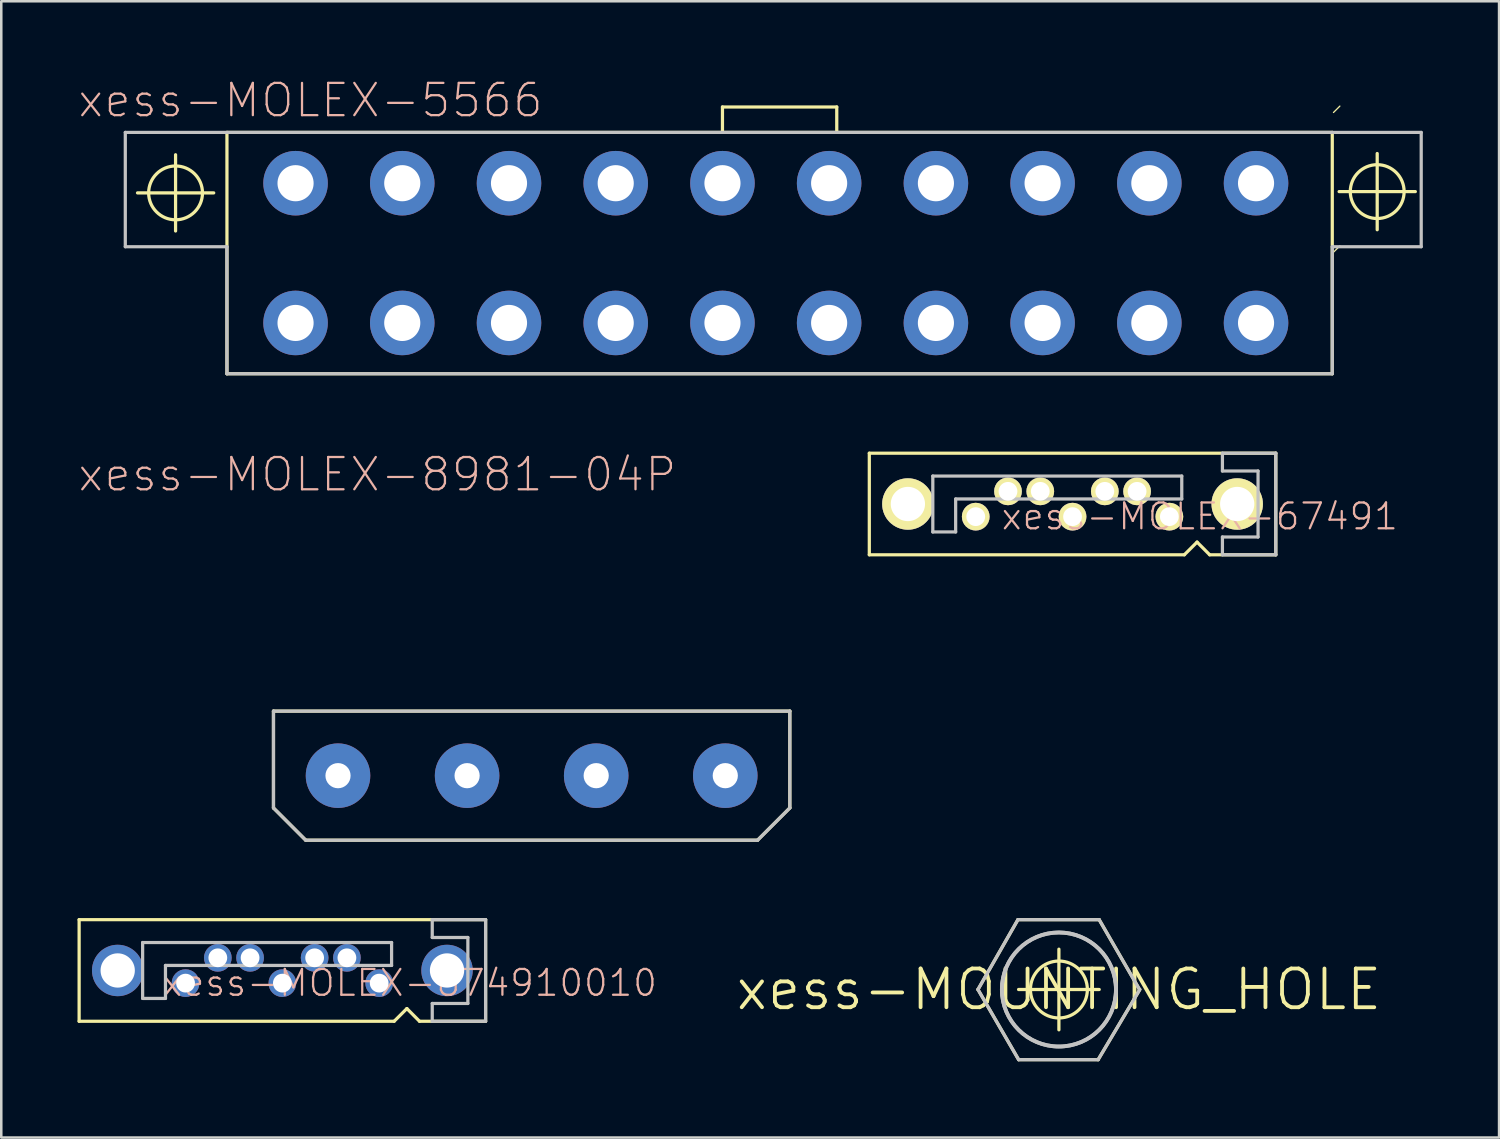
<source format=kicad_pcb>
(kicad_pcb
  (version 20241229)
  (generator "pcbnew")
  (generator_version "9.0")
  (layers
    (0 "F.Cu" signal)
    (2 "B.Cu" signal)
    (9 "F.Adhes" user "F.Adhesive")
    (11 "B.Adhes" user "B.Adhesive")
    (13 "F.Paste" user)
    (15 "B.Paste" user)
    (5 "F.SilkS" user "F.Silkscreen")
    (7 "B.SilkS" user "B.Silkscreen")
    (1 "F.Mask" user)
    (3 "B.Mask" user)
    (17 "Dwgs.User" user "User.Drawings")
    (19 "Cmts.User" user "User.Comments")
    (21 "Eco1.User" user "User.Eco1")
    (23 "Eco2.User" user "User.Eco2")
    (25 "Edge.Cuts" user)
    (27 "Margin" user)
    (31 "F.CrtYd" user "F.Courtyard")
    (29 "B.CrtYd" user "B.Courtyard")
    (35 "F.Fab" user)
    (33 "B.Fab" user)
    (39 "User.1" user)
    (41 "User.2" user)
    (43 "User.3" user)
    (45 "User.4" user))
  (footprint "xess-MOLEX-674910010"
    (layer "F.Cu")
    (at 8.062 35.141)
    (property "Reference" "xess-MOLEX-674910010" (at 5.006 0.49 0) (layer "B.SilkS") (effects (font (size 1.016 1.016) (thickness 0.089))))
    (attr exclude_from_pos_files exclude_from_bom)
    (fp_line (start -7.998 -1.999) (end -7.998 1.999) (stroke (width 0.127) (type solid)) (layer "F.SilkS"))
    (fp_line (start -7.998 1.999) (end 4.399 1.999) (stroke (width 0.127) (type solid)) (layer "F.SilkS"))
    (fp_line (start 4.399 1.999) (end 4.9 1.499) (stroke (width 0.127) (type solid)) (layer "F.SilkS"))
    (fp_line (start 4.9 1.499) (end 5.397 1.999) (stroke (width 0.127) (type solid)) (layer "F.SilkS"))
    (fp_line (start 5.397 1.999) (end 7.998 1.999) (stroke (width 0.127) (type solid)) (layer "F.SilkS"))
    (fp_line (start 7.998 -1.999) (end -7.998 -1.999) (stroke (width 0.127) (type solid)) (layer "F.SilkS"))
    (fp_line (start 7.998 1.999) (end 7.998 -1.999) (stroke (width 0.127) (type solid)) (layer "F.SilkS"))
    (fp_line (start -5.499 -1.1) (end -5.499 1.1) (stroke (width 0.127) (type solid)) (layer "Dwgs.User"))
    (fp_line (start -5.499 1.1) (end -4.6 1.1) (stroke (width 0.127) (type solid)) (layer "Dwgs.User"))
    (fp_line (start -4.6 -0.198) (end 4.298 -0.198) (stroke (width 0.127) (type solid)) (layer "Dwgs.User"))
    (fp_line (start -4.6 1.1) (end -4.6 -0.198) (stroke (width 0.127) (type solid)) (layer "Dwgs.User"))
    (fp_line (start 4.298 -1.1) (end -5.499 -1.1) (stroke (width 0.127) (type solid)) (layer "Dwgs.User"))
    (fp_line (start 4.298 -0.198) (end 4.298 -1.1) (stroke (width 0.127) (type solid)) (layer "Dwgs.User"))
    (fp_line (start 5.898 -1.999) (end 5.898 -1.298) (stroke (width 0.127) (type solid)) (layer "Dwgs.User"))
    (fp_line (start 5.898 -1.298) (end 7.3 -1.298) (stroke (width 0.127) (type solid)) (layer "Dwgs.User"))
    (fp_line (start 5.898 1.298) (end 5.898 1.999) (stroke (width 0.127) (type solid)) (layer "Dwgs.User"))
    (fp_line (start 5.898 1.999) (end 7.998 1.999) (stroke (width 0.127) (type solid)) (layer "Dwgs.User"))
    (fp_line (start 7.3 -1.298) (end 7.3 1.298) (stroke (width 0.127) (type solid)) (layer "Dwgs.User"))
    (fp_line (start 7.3 1.298) (end 5.898 1.298) (stroke (width 0.127) (type solid)) (layer "Dwgs.User"))
    (fp_line (start 7.998 -1.999) (end 5.898 -1.999) (stroke (width 0.127) (type solid)) (layer "Dwgs.User"))
    (fp_line (start 7.998 1.999) (end 7.998 -1.999) (stroke (width 0.127) (type solid)) (layer "Dwgs.User"))
    (pad "1" thru_hole circle (at 3.81 0.498) (size 1.09 1.09) (drill 0.739) (layers "*.Cu" "*.Mask"))
    (pad "2" thru_hole circle (at 2.54 -0.498) (size 1.09 1.09) (drill 0.739) (layers "*.Cu" "*.Mask"))
    (pad "3" thru_hole circle (at 1.27 -0.498) (size 1.09 1.09) (drill 0.739) (layers "*.Cu" "*.Mask"))
    (pad "4" thru_hole circle (at 0 0.498) (size 1.09 1.09) (drill 0.739) (layers "*.Cu" "*.Mask"))
    (pad "5" thru_hole circle (at -1.27 -0.498) (size 1.09 1.09) (drill 0.739) (layers "*.Cu" "*.Mask"))
    (pad "6" thru_hole circle (at -2.54 -0.498) (size 1.09 1.09) (drill 0.739) (layers "*.Cu" "*.Mask"))
    (pad "7" thru_hole circle (at -3.81 0.498) (size 1.09 1.09) (drill 0.739) (layers "*.Cu" "*.Mask"))
    (pad "P1" thru_hole circle (at 6.48 0) (size 2.024 2.024) (drill 1.349) (layers "*.Cu" "*.Mask"))
    (pad "P2" thru_hole circle (at -6.48 0) (size 2.024 2.024) (drill 1.349) (layers "*.Cu" "*.Mask")))
  (footprint "xess-MOLEX-8981-04P"
    (layer "F.Cu")
    (at 17.872 27.475)
    (property "Reference" "xess-MOLEX-8981-04P" (at -6.073 -11.854 0) (layer "B.SilkS") (effects (font (size 1.27 1.27) (thickness 0.089))))
    (attr exclude_from_pos_files exclude_from_bom)
    (fp_line (start -10.16 -2.54) (end -10.16 1.27) (stroke (width 0.127) (type solid)) (layer "F.SilkS"))
    (fp_line (start -10.16 1.27) (end -8.89 2.54) (stroke (width 0.127) (type solid)) (layer "F.SilkS"))
    (fp_line (start -8.89 2.54) (end 8.89 2.54) (stroke (width 0.127) (type solid)) (layer "F.SilkS"))
    (fp_line (start 8.89 2.54) (end 10.16 1.27) (stroke (width 0.127) (type solid)) (layer "F.SilkS"))
    (fp_line (start 10.16 -2.54) (end -10.16 -2.54) (stroke (width 0.127) (type solid)) (layer "F.SilkS"))
    (fp_line (start 10.16 1.27) (end 10.16 -2.54) (stroke (width 0.127) (type solid)) (layer "F.SilkS"))
    (fp_line (start -10.16 -2.54) (end -10.16 1.27) (stroke (width 0.127) (type solid)) (layer "Dwgs.User"))
    (fp_line (start -10.16 1.27) (end -8.89 2.54) (stroke (width 0.127) (type solid)) (layer "Dwgs.User"))
    (fp_line (start -8.89 2.54) (end 8.89 2.54) (stroke (width 0.127) (type solid)) (layer "Dwgs.User"))
    (fp_line (start 8.89 2.54) (end 10.16 1.27) (stroke (width 0.127) (type solid)) (layer "Dwgs.User"))
    (fp_line (start 10.16 -2.54) (end -10.16 -2.54) (stroke (width 0.127) (type solid)) (layer "Dwgs.User"))
    (fp_line (start 10.16 1.27) (end 10.16 -2.54) (stroke (width 0.127) (type solid)) (layer "Dwgs.User"))
    (pad "1" thru_hole circle (at -7.62 0) (size 2.54 2.54) (drill 0.991) (layers "*.Cu" "*.Mask"))
    (pad "2" thru_hole circle (at -2.54 0) (size 2.54 2.54) (drill 0.991) (layers "*.Cu" "*.Mask"))
    (pad "3" thru_hole circle (at 2.54 0) (size 2.54 2.54) (drill 0.991) (layers "*.Cu" "*.Mask"))
    (pad "4" thru_hole circle (at 7.62 0) (size 2.54 2.54) (drill 0.991) (layers "*.Cu" "*.Mask")))
  (footprint "xess-MOLEX-67491"
    (layer "F.Cu")
    (at 39.158 16.784)
    (property "Reference" "xess-MOLEX-67491" (at 5.006 0.49 0) (layer "B.SilkS") (effects (font (size 1.016 1.016) (thickness 0.089))))
    (attr exclude_from_pos_files exclude_from_bom)
    (fp_line (start -7.998 -1.999) (end -7.998 1.999) (stroke (width 0.127) (type solid)) (layer "F.SilkS"))
    (fp_line (start -7.998 1.999) (end 4.399 1.999) (stroke (width 0.127) (type solid)) (layer "F.SilkS"))
    (fp_line (start 4.399 1.999) (end 4.9 1.499) (stroke (width 0.127) (type solid)) (layer "F.SilkS"))
    (fp_line (start 4.9 1.499) (end 5.397 1.999) (stroke (width 0.127) (type solid)) (layer "F.SilkS"))
    (fp_line (start 5.397 1.999) (end 7.998 1.999) (stroke (width 0.127) (type solid)) (layer "F.SilkS"))
    (fp_line (start 7.998 -1.999) (end -7.998 -1.999) (stroke (width 0.127) (type solid)) (layer "F.SilkS"))
    (fp_line (start 7.998 1.999) (end 7.998 -1.999) (stroke (width 0.127) (type solid)) (layer "F.SilkS"))
    (fp_line (start -5.499 -1.1) (end -5.499 1.1) (stroke (width 0.127) (type solid)) (layer "Dwgs.User"))
    (fp_line (start -5.499 1.1) (end -4.6 1.1) (stroke (width 0.127) (type solid)) (layer "Dwgs.User"))
    (fp_line (start -4.6 -0.198) (end 4.298 -0.198) (stroke (width 0.127) (type solid)) (layer "Dwgs.User"))
    (fp_line (start -4.6 1.1) (end -4.6 -0.198) (stroke (width 0.127) (type solid)) (layer "Dwgs.User"))
    (fp_line (start 4.298 -1.1) (end -5.499 -1.1) (stroke (width 0.127) (type solid)) (layer "Dwgs.User"))
    (fp_line (start 4.298 -0.198) (end 4.298 -1.1) (stroke (width 0.127) (type solid)) (layer "Dwgs.User"))
    (fp_line (start 5.898 -1.999) (end 5.898 -1.298) (stroke (width 0.127) (type solid)) (layer "Dwgs.User"))
    (fp_line (start 5.898 -1.298) (end 7.3 -1.298) (stroke (width 0.127) (type solid)) (layer "Dwgs.User"))
    (fp_line (start 5.898 1.298) (end 5.898 1.999) (stroke (width 0.127) (type solid)) (layer "Dwgs.User"))
    (fp_line (start 5.898 1.999) (end 7.998 1.999) (stroke (width 0.127) (type solid)) (layer "Dwgs.User"))
    (fp_line (start 7.3 -1.298) (end 7.3 1.298) (stroke (width 0.127) (type solid)) (layer "Dwgs.User"))
    (fp_line (start 7.3 1.298) (end 5.898 1.298) (stroke (width 0.127) (type solid)) (layer "Dwgs.User"))
    (fp_line (start 7.998 -1.999) (end 5.898 -1.999) (stroke (width 0.127) (type solid)) (layer "Dwgs.User"))
    (fp_line (start 7.998 1.999) (end 7.998 -1.999) (stroke (width 0.127) (type solid)) (layer "Dwgs.User"))
    (pad "1" thru_hole circle (at 3.81 0.498) (size 1.09 1.09) (drill 0.739) (layers "*.Cu" "*.Mask" "F.SilkS"))
    (pad "2" thru_hole circle (at 2.54 -0.498) (size 1.09 1.09) (drill 0.739) (layers "*.Cu" "*.Mask" "F.SilkS"))
    (pad "3" thru_hole circle (at 1.27 -0.498) (size 1.09 1.09) (drill 0.739) (layers "*.Cu" "*.Mask" "F.SilkS"))
    (pad "4" thru_hole circle (at 0 0.498) (size 1.09 1.09) (drill 0.739) (layers "*.Cu" "*.Mask" "F.SilkS"))
    (pad "5" thru_hole circle (at -1.27 -0.498) (size 1.09 1.09) (drill 0.739) (layers "*.Cu" "*.Mask" "F.SilkS"))
    (pad "6" thru_hole circle (at -2.54 -0.498) (size 1.09 1.09) (drill 0.739) (layers "*.Cu" "*.Mask" "F.SilkS"))
    (pad "7" thru_hole circle (at -3.81 0.498) (size 1.09 1.09) (drill 0.739) (layers "*.Cu" "*.Mask" "F.SilkS"))
    (pad "P1" thru_hole circle (at 6.48 0) (size 2.024 2.024) (drill 1.349) (layers "*.Cu" "*.Mask" "F.SilkS"))
    (pad "P2" thru_hole circle (at -6.48 0) (size 2.024 2.024) (drill 1.349) (layers "*.Cu" "*.Mask" "F.SilkS")))
  (footprint "xess-MOLEX-5566"
    (layer "F.Cu")
    (at 46.379 9.659)
    (property "Reference" "xess-MOLEX-5566" (at -37.211 -8.76 0) (layer "B.SilkS") (effects (font (size 1.27 1.27) (thickness 0.089))))
    (attr exclude_from_pos_files exclude_from_bom)
    (fp_line (start -44.018 -5.118) (end -41.018 -5.118) (stroke (width 0.127) (type solid)) (layer "F.SilkS"))
    (fp_line (start -42.52 -3.619) (end -42.52 -6.619) (stroke (width 0.127) (type solid)) (layer "F.SilkS"))
    (fp_line (start -40.498 -7.498) (end -40.498 1.999) (stroke (width 0.127) (type solid)) (layer "F.SilkS"))
    (fp_line (start -40.498 1.999) (end 3 1.999) (stroke (width 0.127) (type solid)) (layer "F.SilkS"))
    (fp_line (start -20.998 -8.499) (end -16.5 -8.499) (stroke (width 0.127) (type solid)) (layer "F.SilkS"))
    (fp_line (start -20.998 -7.498) (end -40.498 -7.498) (stroke (width 0.127) (type solid)) (layer "F.SilkS"))
    (fp_line (start -20.998 -7.498) (end -20.998 -8.499) (stroke (width 0.127) (type solid)) (layer "F.SilkS"))
    (fp_line (start -16.5 -8.499) (end -16.5 -7.498) (stroke (width 0.127) (type solid)) (layer "F.SilkS"))
    (fp_line (start -16.5 -7.498) (end -20.998 -7.498) (stroke (width 0.127) (type solid)) (layer "F.SilkS"))
    (fp_line (start 3 -7.498) (end -16.5 -7.498) (stroke (width 0.127) (type solid)) (layer "F.SilkS"))
    (fp_line (start 3 1.999) (end 3 -7.498) (stroke (width 0.127) (type solid)) (layer "F.SilkS"))
    (fp_line (start 3.048 -8.283) (end 3.299 -8.534) (stroke (width 0.051) (type solid)) (layer "F.SilkS"))
    (fp_line (start 3.048 -2.784) (end 3.299 -3.033) (stroke (width 0.051) (type solid)) (layer "F.SilkS"))
    (fp_line (start 3.269 -5.169) (end 6.269 -5.169) (stroke (width 0.127) (type solid)) (layer "F.SilkS"))
    (fp_line (start 4.768 -3.668) (end 4.768 -6.668) (stroke (width 0.127) (type solid)) (layer "F.SilkS"))
    (fp_circle (center -42.52 -5.118) (end -43.269 -5.867) (stroke (width 0.127) (type solid)) (fill no) (layer "F.SilkS"))
    (fp_circle (center 4.768 -5.169) (end 5.517 -5.918) (stroke (width 0.127) (type solid)) (fill no) (layer "F.SilkS"))
    (fp_line (start -44.498 -7.498) (end -44.498 -3) (stroke (width 0.127) (type solid)) (layer "Dwgs.User"))
    (fp_line (start -44.498 -3) (end -40.498 -3) (stroke (width 0.127) (type solid)) (layer "Dwgs.User"))
    (fp_line (start -40.498 -3) (end -40.498 1.999) (stroke (width 0.127) (type solid)) (layer "Dwgs.User"))
    (fp_line (start -40.498 1.999) (end 3 1.999) (stroke (width 0.127) (type solid)) (layer "Dwgs.User"))
    (fp_line (start 3 -3) (end 6.5 -3) (stroke (width 0.127) (type solid)) (layer "Dwgs.User"))
    (fp_line (start 3 1.999) (end 3 -3) (stroke (width 0.127) (type solid)) (layer "Dwgs.User"))
    (fp_line (start 6.5 -7.498) (end -44.498 -7.498) (stroke (width 0.127) (type solid)) (layer "Dwgs.User"))
    (fp_line (start 6.5 -3) (end 6.5 -7.498) (stroke (width 0.127) (type solid)) (layer "Dwgs.User"))
    (pad "1" thru_hole circle (at 0 0) (size 2.54 2.54) (drill 1.422) (layers "*.Cu" "*.Mask"))
    (pad "2" thru_hole circle (at -4.199 0) (size 2.54 2.54) (drill 1.422) (layers "*.Cu" "*.Mask"))
    (pad "3" thru_hole circle (at -8.4 0) (size 2.54 2.54) (drill 1.422) (layers "*.Cu" "*.Mask"))
    (pad "4" thru_hole circle (at -12.598 0) (size 2.54 2.54) (drill 1.422) (layers "*.Cu" "*.Mask"))
    (pad "5" thru_hole circle (at -16.8 0) (size 2.54 2.54) (drill 1.422) (layers "*.Cu" "*.Mask"))
    (pad "6" thru_hole circle (at -20.998 0) (size 2.54 2.54) (drill 1.422) (layers "*.Cu" "*.Mask"))
    (pad "7" thru_hole circle (at -25.199 0) (size 2.54 2.54) (drill 1.422) (layers "*.Cu" "*.Mask"))
    (pad "8" thru_hole circle (at -29.398 0) (size 2.54 2.54) (drill 1.422) (layers "*.Cu" "*.Mask"))
    (pad "9" thru_hole circle (at -33.599 0) (size 2.54 2.54) (drill 1.422) (layers "*.Cu" "*.Mask"))
    (pad "10" thru_hole circle (at -37.798 0) (size 2.54 2.54) (drill 1.422) (layers "*.Cu" "*.Mask"))
    (pad "11" thru_hole circle (at 0 -5.499) (size 2.54 2.54) (drill 1.422) (layers "*.Cu" "*.Mask"))
    (pad "12" thru_hole circle (at -4.199 -5.499) (size 2.54 2.54) (drill 1.422) (layers "*.Cu" "*.Mask"))
    (pad "13" thru_hole circle (at -8.4 -5.499) (size 2.54 2.54) (drill 1.422) (layers "*.Cu" "*.Mask"))
    (pad "14" thru_hole circle (at -12.598 -5.499) (size 2.54 2.54) (drill 1.422) (layers "*.Cu" "*.Mask"))
    (pad "15" thru_hole circle (at -16.8 -5.499) (size 2.54 2.54) (drill 1.422) (layers "*.Cu" "*.Mask"))
    (pad "16" thru_hole circle (at -20.998 -5.499) (size 2.54 2.54) (drill 1.422) (layers "*.Cu" "*.Mask"))
    (pad "17" thru_hole circle (at -25.199 -5.499) (size 2.54 2.54) (drill 1.422) (layers "*.Cu" "*.Mask"))
    (pad "18" thru_hole circle (at -29.398 -5.499) (size 2.54 2.54) (drill 1.422) (layers "*.Cu" "*.Mask"))
    (pad "19" thru_hole circle (at -33.599 -5.499) (size 2.54 2.54) (drill 1.422) (layers "*.Cu" "*.Mask"))
    (pad "20" thru_hole circle (at -37.798 -5.499) (size 2.54 2.54) (drill 1.422) (layers "*.Cu" "*.Mask")))
  (footprint "xess-MOUNTING_HOLE"
    (layer "F.Cu")
    (at 38.621 35.89)
    (property "Reference" "xess-MOUNTING_HOLE" (at 0 0 0) (layer "F.SilkS") (effects (font (size 1.524 1.524) (thickness 0.15))))
    (attr exclude_from_pos_files exclude_from_bom)
    (fp_line (start -3.185 0) (end -1.585 2.761) (stroke (width 0.127) (type solid)) (layer "F.SilkS"))
    (fp_line (start -1.613 -2.748) (end -3.185 0) (stroke (width 0.127) (type solid)) (layer "F.SilkS"))
    (fp_line (start -1.587 0) (end 1.587 0) (stroke (width 0.127) (type solid)) (layer "F.SilkS"))
    (fp_line (start -1.585 2.761) (end 1.544 2.761) (stroke (width 0.127) (type solid)) (layer "F.SilkS"))
    (fp_line (start 0 1.587) (end 0 -1.587) (stroke (width 0.127) (type solid)) (layer "F.SilkS"))
    (fp_line (start 1.544 2.761) (end 3.185 0) (stroke (width 0.127) (type solid)) (layer "F.SilkS"))
    (fp_line (start 1.585 -2.748) (end -1.613 -2.748) (stroke (width 0.127) (type solid)) (layer "F.SilkS"))
    (fp_line (start 3.172 0) (end 1.585 -2.748) (stroke (width 0.127) (type solid)) (layer "F.SilkS"))
    (fp_circle (center 0 0) (end -0.792 0.792) (stroke (width 0.127) (type solid)) (fill no) (layer "F.SilkS"))
    (fp_line (start -3.185 0) (end -1.585 2.761) (stroke (width 0.127) (type solid)) (layer "Dwgs.User"))
    (fp_line (start -1.613 -2.748) (end -3.185 0) (stroke (width 0.127) (type solid)) (layer "Dwgs.User"))
    (fp_line (start -1.585 2.761) (end 1.544 2.761) (stroke (width 0.127) (type solid)) (layer "Dwgs.User"))
    (fp_line (start 1.544 2.761) (end 3.185 0) (stroke (width 0.127) (type solid)) (layer "Dwgs.User"))
    (fp_line (start 1.585 -2.748) (end -1.613 -2.748) (stroke (width 0.127) (type solid)) (layer "Dwgs.User"))
    (fp_line (start 3.172 0) (end 1.585 -2.748) (stroke (width 0.127) (type solid)) (layer "Dwgs.User"))
    (fp_circle (center 0 0) (end -1.587 1.587) (stroke (width 0.15) (type solid)) (fill no) (layer "Dwgs.User"))
    (fp_circle (center 0 0) (end -1.587 1.587) (stroke (width 0.15) (type solid)) (fill no) (layer "Dwgs.User")))
  (gr_rect
    (start -3 -3)
    (end 55.943 41.715)
    (stroke (width 0.1) (type default))
    (fill no)
    (layer "Edge.Cuts")))
</source>
